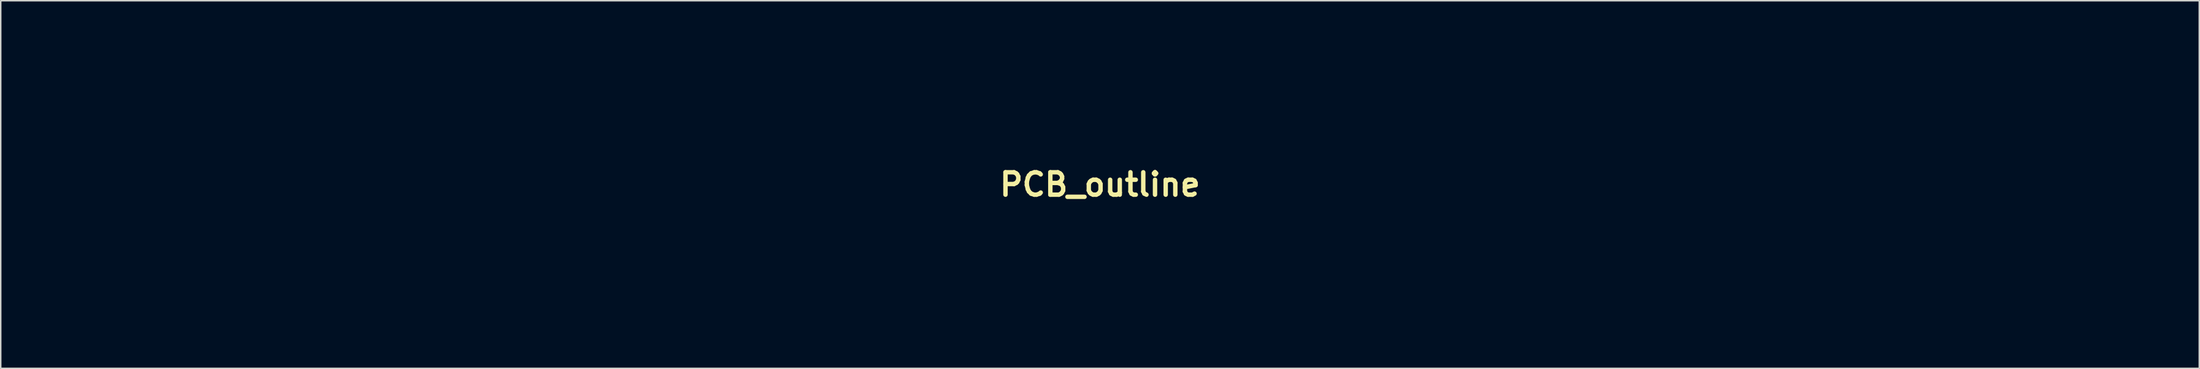
<source format=kicad_pcb>
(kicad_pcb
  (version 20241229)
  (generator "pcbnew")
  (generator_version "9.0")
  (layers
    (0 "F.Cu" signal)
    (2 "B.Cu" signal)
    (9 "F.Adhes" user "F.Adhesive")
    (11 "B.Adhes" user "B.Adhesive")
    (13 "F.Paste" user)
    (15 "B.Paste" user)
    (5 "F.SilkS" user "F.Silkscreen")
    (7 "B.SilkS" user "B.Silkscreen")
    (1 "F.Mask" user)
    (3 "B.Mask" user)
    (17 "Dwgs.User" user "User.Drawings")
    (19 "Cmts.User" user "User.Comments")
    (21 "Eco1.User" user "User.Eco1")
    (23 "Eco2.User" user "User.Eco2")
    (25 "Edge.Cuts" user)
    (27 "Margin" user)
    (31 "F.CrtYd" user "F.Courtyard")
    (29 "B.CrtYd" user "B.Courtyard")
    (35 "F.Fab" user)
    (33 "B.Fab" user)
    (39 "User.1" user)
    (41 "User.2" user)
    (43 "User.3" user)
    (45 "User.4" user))
  (footprint "PCB_outline"
    (layer "F.Cu")
    (at 71.69 9.496)
    (property "Reference" "PCB_outline" (at 0 0 0) (layer "F.SilkS") (effects (font (size 1.524 1.524) (thickness 0.3))))
    (attr through_hole)
    (fp_poly (pts (xy -38.423 -9.491) (xy -36.808 -9.491) (xy -35.145 -9.491) (xy -33.433 -9.491) (xy -31.671 -9.491) (xy -29.859 -9.491) (xy -27.997 -9.491) (xy -26.083 -9.491) (xy -24.118 -9.49) (xy -22.1 -9.49) (xy -20.03 -9.49) (xy -17.906 -9.49) (xy -15.728 -9.489) (xy -13.495 -9.489) (xy -11.208 -9.489) (xy -8.865 -9.488) (xy -6.465 -9.488) (xy -4.009 -9.488) (xy -1.495 -9.487) (xy 0.073 -9.487) (xy 2.094 -9.487) (xy 4.102 -9.486) (xy 6.096 -9.486) (xy 8.074 -9.485) (xy 10.037 -9.485) (xy 11.982 -9.485) (xy 13.91 -9.484) (xy 15.82 -9.484) (xy 17.71 -9.483) (xy 19.58 -9.483) (xy 21.43 -9.482) (xy 23.258 -9.482) (xy 25.063 -9.481) (xy 26.845 -9.481) (xy 28.603 -9.48) (xy 30.337 -9.48) (xy 32.045 -9.479) (xy 33.726 -9.478) (xy 35.38 -9.478) (xy 37.007 -9.477) (xy 38.604 -9.477) (xy 40.172 -9.476) (xy 41.71 -9.475) (xy 43.216 -9.475) (xy 44.69 -9.474) (xy 46.132 -9.474) (xy 47.54 -9.473) (xy 48.913 -9.472) (xy 50.252 -9.472) (xy 51.554 -9.471) (xy 52.82 -9.47) (xy 54.048 -9.47) (xy 55.238 -9.469) (xy 56.389 -9.468) (xy 57.5 -9.468) (xy 58.569 -9.467) (xy 59.598 -9.466) (xy 60.584 -9.466) (xy 61.527 -9.465) (xy 62.426 -9.464) (xy 63.28 -9.464) (xy 64.089 -9.463) (xy 64.851 -9.462) (xy 65.566 -9.462) (xy 66.234 -9.461) (xy 66.852 -9.46) (xy 67.421 -9.459) (xy 67.94 -9.459) (xy 68.407 -9.458) (xy 68.823 -9.457) (xy 69.186 -9.457) (xy 69.496 -9.456) (xy 69.751 -9.455) (xy 69.951 -9.455) (xy 70.095 -9.454) (xy 70.182 -9.454) (xy 70.212 -9.453) (xy 70.321 -9.428) (xy 70.424 -9.391) (xy 70.453 -9.376) (xy 70.528 -9.34) (xy 70.588 -9.322) (xy 70.595 -9.321) (xy 70.636 -9.306) (xy 70.713 -9.264) (xy 70.813 -9.202) (xy 70.895 -9.148) (xy 71.077 -9.012) (xy 71.229 -8.863) (xy 71.361 -8.69) (xy 71.481 -8.481) (xy 71.596 -8.229) (xy 71.61 -8.194) (xy 71.622 -8.156) (xy 71.633 -8.113) (xy 71.643 -8.061) (xy 71.651 -7.995) (xy 71.658 -7.914) (xy 71.664 -7.814) (xy 71.669 -7.691) (xy 71.673 -7.541) (xy 71.677 -7.362) (xy 71.679 -7.151) (xy 71.681 -6.903) (xy 71.683 -6.615) (xy 71.684 -6.285) (xy 71.685 -5.908) (xy 71.685 -5.481) (xy 71.685 -5.002) (xy 71.685 -4.724) (xy 71.685 -1.517) (xy 70.862 -1.505) (xy 70.587 -1.501) (xy 70.363 -1.496) (xy 70.182 -1.489) (xy 70.038 -1.478) (xy 69.923 -1.464) (xy 69.83 -1.443) (xy 69.752 -1.416) (xy 69.681 -1.38) (xy 69.61 -1.336) (xy 69.539 -1.285) (xy 69.46 -1.215) (xy 69.376 -1.121) (xy 69.295 -1.016) (xy 69.23 -0.914) (xy 69.189 -0.829) (xy 69.18 -0.79) (xy 69.167 -0.733) (xy 69.151 -0.714) (xy 69.139 -0.678) (xy 69.129 -0.596) (xy 69.123 -0.479) (xy 69.122 -0.38) (xy 69.126 -0.212) (xy 69.142 -0.08) (xy 69.176 0.037) (xy 69.233 0.158) (xy 69.321 0.301) (xy 69.34 0.33) (xy 69.414 0.415) (xy 69.524 0.503) (xy 69.651 0.585) (xy 69.78 0.651) (xy 69.894 0.691) (xy 69.951 0.699) (xy 70.023 0.707) (xy 70.067 0.726) (xy 70.068 0.728) (xy 70.103 0.737) (xy 70.193 0.745) (xy 70.333 0.751) (xy 70.522 0.755) (xy 70.755 0.757) (xy 70.886 0.757) (xy 71.685 0.757) (xy 71.685 1.396) (xy 71.684 1.616) (xy 71.68 1.797) (xy 71.674 1.933) (xy 71.666 2.02) (xy 71.656 2.054) (xy 71.635 2.093) (xy 71.627 2.156) (xy 71.618 2.222) (xy 71.598 2.257) (xy 71.573 2.299) (xy 71.569 2.331) (xy 71.549 2.406) (xy 71.493 2.521) (xy 71.4 2.671) (xy 71.356 2.738) (xy 71.293 2.82) (xy 71.211 2.914) (xy 71.12 3.009) (xy 71.031 3.095) (xy 70.954 3.162) (xy 70.899 3.2) (xy 70.884 3.204) (xy 70.836 3.225) (xy 70.812 3.246) (xy 70.782 3.27) (xy 70.711 3.322) (xy 70.605 3.396) (xy 70.473 3.488) (xy 70.321 3.592) (xy 70.157 3.705) (xy 69.987 3.82) (xy 69.819 3.934) (xy 69.661 4.04) (xy 69.518 4.135) (xy 69.4 4.214) (xy 69.312 4.271) (xy 69.265 4.299) (xy 69.197 4.345) (xy 69.156 4.379) (xy 69.104 4.417) (xy 69.073 4.428) (xy 69.033 4.447) (xy 68.991 4.486) (xy 68.939 4.529) (xy 68.903 4.544) (xy 68.859 4.564) (xy 68.816 4.602) (xy 68.765 4.646) (xy 68.729 4.661) (xy 68.685 4.68) (xy 68.641 4.719) (xy 68.59 4.762) (xy 68.554 4.777) (xy 68.51 4.797) (xy 68.466 4.835) (xy 68.415 4.879) (xy 68.379 4.894) (xy 68.335 4.913) (xy 68.292 4.952) (xy 68.24 4.996) (xy 68.204 5.01) (xy 68.16 5.03) (xy 68.117 5.068) (xy 68.066 5.112) (xy 68.029 5.127) (xy 67.986 5.146) (xy 67.942 5.185) (xy 67.891 5.229) (xy 67.855 5.243) (xy 67.811 5.263) (xy 67.767 5.301) (xy 67.716 5.345) (xy 67.68 5.36) (xy 67.636 5.379) (xy 67.593 5.418) (xy 67.541 5.462) (xy 67.505 5.476) (xy 67.461 5.496) (xy 67.418 5.534) (xy 67.366 5.578) (xy 67.33 5.593) (xy 67.286 5.612) (xy 67.243 5.651) (xy 67.192 5.695) (xy 67.156 5.709) (xy 67.112 5.729) (xy 67.068 5.767) (xy 67.017 5.811) (xy 66.981 5.826) (xy 66.937 5.846) (xy 66.893 5.884) (xy 66.842 5.928) (xy 66.806 5.942) (xy 66.762 5.962) (xy 66.719 6) (xy 66.667 6.044) (xy 66.631 6.059) (xy 66.587 6.079) (xy 66.544 6.117) (xy 66.493 6.161) (xy 66.457 6.175) (xy 66.413 6.195) (xy 66.369 6.233) (xy 66.318 6.277) (xy 66.282 6.292) (xy 66.238 6.312) (xy 66.194 6.35) (xy 66.143 6.394) (xy 66.107 6.408) (xy 66.063 6.428) (xy 66.02 6.467) (xy 65.968 6.51) (xy 65.932 6.525) (xy 65.888 6.545) (xy 65.845 6.583) (xy 65.793 6.627) (xy 65.757 6.641) (xy 65.71 6.662) (xy 65.684 6.686) (xy 65.653 6.711) (xy 65.581 6.763) (xy 65.476 6.837) (xy 65.346 6.927) (xy 65.198 7.029) (xy 65.04 7.137) (xy 64.879 7.246) (xy 64.724 7.351) (xy 64.582 7.446) (xy 64.461 7.526) (xy 64.368 7.586) (xy 64.313 7.62) (xy 64.246 7.666) (xy 64.204 7.7) (xy 64.152 7.737) (xy 64.121 7.748) (xy 64.081 7.768) (xy 64.039 7.806) (xy 63.988 7.85) (xy 63.951 7.865) (xy 63.908 7.884) (xy 63.864 7.923) (xy 63.813 7.967) (xy 63.777 7.981) (xy 63.733 8.001) (xy 63.689 8.039) (xy 63.638 8.083) (xy 63.602 8.098) (xy 63.558 8.118) (xy 63.515 8.156) (xy 63.463 8.2) (xy 63.427 8.214) (xy 63.383 8.234) (xy 63.34 8.272) (xy 63.288 8.316) (xy 63.252 8.331) (xy 63.208 8.351) (xy 63.165 8.389) (xy 63.114 8.433) (xy 63.078 8.447) (xy 63.034 8.467) (xy 62.99 8.506) (xy 62.939 8.549) (xy 62.903 8.564) (xy 62.859 8.584) (xy 62.815 8.622) (xy 62.764 8.666) (xy 62.728 8.68) (xy 62.684 8.7) (xy 62.641 8.739) (xy 62.589 8.782) (xy 62.553 8.797) (xy 62.509 8.817) (xy 62.466 8.855) (xy 62.415 8.899) (xy 62.379 8.913) (xy 62.335 8.933) (xy 62.291 8.972) (xy 62.24 9.015) (xy 62.204 9.03) (xy 62.16 9.05) (xy 62.116 9.088) (xy 62.065 9.132) (xy 62.028 9.146) (xy 61.981 9.167) (xy 61.957 9.189) (xy 61.903 9.234) (xy 61.824 9.28) (xy 61.747 9.313) (xy 61.709 9.321) (xy 61.66 9.333) (xy 61.59 9.363) (xy 61.583 9.366) (xy 61.5 9.399) (xy 61.392 9.432) (xy 61.338 9.445) (xy 61.304 9.446) (xy 61.212 9.447) (xy 61.065 9.448) (xy 60.862 9.45) (xy 60.605 9.451) (xy 60.296 9.452) (xy 59.934 9.453) (xy 59.522 9.454) (xy 59.059 9.455) (xy 58.548 9.456) (xy 57.989 9.457) (xy 57.383 9.458) (xy 56.732 9.459) (xy 56.035 9.46) (xy 55.296 9.461) (xy 54.513 9.462) (xy 53.689 9.463) (xy 52.825 9.464) (xy 51.92 9.465) (xy 50.978 9.466) (xy 49.998 9.467) (xy 48.982 9.468) (xy 47.93 9.469) (xy 46.844 9.47) (xy 45.725 9.471) (xy 44.573 9.472) (xy 43.391 9.472) (xy 42.178 9.473) (xy 40.936 9.474) (xy 39.666 9.475) (xy 38.369 9.476) (xy 37.046 9.476) (xy 35.698 9.477) (xy 34.326 9.478) (xy 32.931 9.479) (xy 31.515 9.479) (xy 30.077 9.48) (xy 28.62 9.481) (xy 27.144 9.481) (xy 25.65 9.482) (xy 24.14 9.482) (xy 22.614 9.483) (xy 21.073 9.484) (xy 19.519 9.484) (xy 17.952 9.485) (xy 16.374 9.485) (xy 14.786 9.486) (xy 13.188 9.486) (xy 11.581 9.486) (xy 9.968 9.487) (xy 8.348 9.487) (xy 6.722 9.488) (xy 5.093 9.488) (xy 3.46 9.488) (xy 1.826 9.489) (xy 0.19 9.489) (xy -1.446 9.489) (xy -3.081 9.49) (xy -4.714 9.49) (xy -6.344 9.49) (xy -7.97 9.49) (xy -9.59 9.49) (xy -11.205 9.491) (xy -12.812 9.491) (xy -14.411 9.491) (xy -16.001 9.491) (xy -17.58 9.491) (xy -19.148 9.491) (xy -20.704 9.491) (xy -22.246 9.491) (xy -23.774 9.491) (xy -25.286 9.491) (xy -26.782 9.491) (xy -28.26 9.491) (xy -29.72 9.491) (xy -31.16 9.49) (xy -32.579 9.49) (xy -33.977 9.49) (xy -35.351 9.49) (xy -36.702 9.49) (xy -38.028 9.489) (xy -39.329 9.489) (xy -40.602 9.489) (xy -41.847 9.488) (xy -43.064 9.488) (xy -44.25 9.488) (xy -45.405 9.487) (xy -46.528 9.487) (xy -47.618 9.486) (xy -48.674 9.486) (xy -49.695 9.485) (xy -50.679 9.484) (xy -51.626 9.484) (xy -52.535 9.483) (xy -53.404 9.483) (xy -54.233 9.482) (xy -55.02 9.481) (xy -55.765 9.48) (xy -56.467 9.48) (xy -57.124 9.479) (xy -57.735 9.478) (xy -58.3 9.477) (xy -58.817 9.476) (xy -59.285 9.475) (xy -59.704 9.474) (xy -60.072 9.474) (xy -60.388 9.472) (xy -60.651 9.471) (xy -60.86 9.47) (xy -61.014 9.469) (xy -61.113 9.468) (xy -61.154 9.467) (xy -61.155 9.467) (xy -61.193 9.448) (xy -61.266 9.438) (xy -61.286 9.438) (xy -61.363 9.431) (xy -61.412 9.414) (xy -61.417 9.408) (xy -61.458 9.386) (xy -61.505 9.379) (xy -61.566 9.368) (xy -61.592 9.35) (xy -61.633 9.326) (xy -61.674 9.319) (xy -61.688 9.315) (xy -61.713 9.303) (xy -61.752 9.282) (xy -61.806 9.25) (xy -61.877 9.206) (xy -61.965 9.15) (xy -62.074 9.08) (xy -62.203 8.995) (xy -62.356 8.895) (xy -62.534 8.777) (xy -62.738 8.642) (xy -62.97 8.487) (xy -63.232 8.312) (xy -63.525 8.115) (xy -63.852 7.896) (xy -64.212 7.654) (xy -64.609 7.387) (xy -65.044 7.094) (xy -65.518 6.774) (xy -66.033 6.427) (xy -66.591 6.05) (xy -67.194 5.644) (xy -67.843 5.206) (xy -68.073 5.05) (xy -68.351 4.862) (xy -68.643 4.666) (xy -68.94 4.466) (xy -69.233 4.269) (xy -69.251 4.256) (xy -61.723 4.256) (xy -61.712 4.428) (xy -61.672 4.559) (xy -61.596 4.665) (xy -61.474 4.762) (xy -61.417 4.797) (xy -61.342 4.821) (xy -61.235 4.832) (xy -61.121 4.829) (xy -61.026 4.812) (xy -61.015 4.808) (xy -60.946 4.768) (xy -60.869 4.702) (xy -60.798 4.626) (xy -60.748 4.556) (xy -60.733 4.512) (xy -60.718 4.458) (xy -60.704 4.442) (xy -60.679 4.395) (xy -60.679 4.346) (xy -57.703 4.346) (xy -57.698 4.458) (xy -57.685 4.554) (xy -57.667 4.61) (xy -57.605 4.702) (xy -57.534 4.779) (xy -57.468 4.827) (xy -57.438 4.835) (xy -57.384 4.85) (xy -57.368 4.864) (xy -57.326 4.885) (xy -57.247 4.893) (xy -57.149 4.888) (xy -57.053 4.873) (xy -56.98 4.848) (xy -56.904 4.796) (xy -56.824 4.722) (xy -56.801 4.696) (xy -56.752 4.63) (xy -56.726 4.567) (xy -56.715 4.487) (xy -56.713 4.396) (xy -56.715 4.37) (xy -53.742 4.37) (xy -53.722 4.481) (xy -53.663 4.602) (xy -53.57 4.721) (xy -53.536 4.755) (xy -53.455 4.828) (xy -53.394 4.87) (xy -53.333 4.889) (xy -53.25 4.893) (xy -53.214 4.894) (xy -53.094 4.887) (xy -53.005 4.862) (xy -52.936 4.823) (xy -52.856 4.752) (xy -52.78 4.659) (xy -52.76 4.626) (xy -52.715 4.534) (xy -52.698 4.447) (xy -52.7 4.335) (xy -52.705 4.296) (xy 48.711 4.296) (xy 48.721 4.46) (xy 48.745 4.54) (xy 48.795 4.615) (xy 48.883 4.703) (xy 48.885 4.705) (xy 48.967 4.776) (xy 49.03 4.815) (xy 49.095 4.832) (xy 49.185 4.835) (xy 49.197 4.835) (xy 49.306 4.828) (xy 49.406 4.808) (xy 49.45 4.792) (xy 49.583 4.698) (xy 49.672 4.57) (xy 49.716 4.405) (xy 49.721 4.327) (xy 52.696 4.327) (xy 52.708 4.479) (xy 52.766 4.626) (xy 52.807 4.686) (xy 52.911 4.797) (xy 53.02 4.86) (xy 53.153 4.888) (xy 53.212 4.89) (xy 53.324 4.885) (xy 53.412 4.856) (xy 53.489 4.81) (xy 53.614 4.695) (xy 53.697 4.558) (xy 53.736 4.409) (xy 53.733 4.364) (xy 56.713 4.364) (xy 56.722 4.508) (xy 56.755 4.619) (xy 56.821 4.711) (xy 56.928 4.798) (xy 57.019 4.855) (xy 57.103 4.882) (xy 57.217 4.889) (xy 57.336 4.878) (xy 57.435 4.849) (xy 57.454 4.839) (xy 57.526 4.785) (xy 57.603 4.708) (xy 57.626 4.682) (xy 57.671 4.62) (xy 57.698 4.561) (xy 57.71 4.486) (xy 57.714 4.383) (xy 60.721 4.383) (xy 60.722 4.495) (xy 60.729 4.569) (xy 60.751 4.622) (xy 60.792 4.674) (xy 60.834 4.718) (xy 60.906 4.783) (xy 60.97 4.826) (xy 60.999 4.835) (xy 61.052 4.85) (xy 61.068 4.864) (xy 61.11 4.885) (xy 61.189 4.893) (xy 61.287 4.888) (xy 61.384 4.872) (xy 61.457 4.848) (xy 61.528 4.796) (xy 61.604 4.717) (xy 61.636 4.675) (xy 61.686 4.592) (xy 61.713 4.516) (xy 61.722 4.419) (xy 61.723 4.361) (xy 61.721 4.255) (xy 61.707 4.183) (xy 61.673 4.122) (xy 61.61 4.045) (xy 61.604 4.038) (xy 61.533 3.967) (xy 61.468 3.918) (xy 61.431 3.903) (xy 61.375 3.888) (xy 61.357 3.871) (xy 61.316 3.852) (xy 61.238 3.849) (xy 61.141 3.86) (xy 61.044 3.882) (xy 60.983 3.906) (xy 60.912 3.954) (xy 60.835 4.027) (xy 60.811 4.056) (xy 60.765 4.118) (xy 60.738 4.177) (xy 60.726 4.252) (xy 60.722 4.363) (xy 60.721 4.383) (xy 57.714 4.383) (xy 57.715 4.375) (xy 57.715 4.356) (xy 57.714 4.241) (xy 57.705 4.166) (xy 57.685 4.114) (xy 57.648 4.067) (xy 57.637 4.055) (xy 57.515 3.954) (xy 57.38 3.884) (xy 57.244 3.848) (xy 57.121 3.852) (xy 57.07 3.871) (xy 57.005 3.902) (xy 56.94 3.933) (xy 56.834 4.013) (xy 56.758 4.135) (xy 56.718 4.286) (xy 56.713 4.364) (xy 53.733 4.364) (xy 53.727 4.26) (xy 53.687 4.156) (xy 53.615 4.05) (xy 53.536 3.966) (xy 53.462 3.914) (xy 53.422 3.903) (xy 53.367 3.89) (xy 53.349 3.874) (xy 53.311 3.856) (xy 53.237 3.846) (xy 53.203 3.845) (xy 53.121 3.851) (xy 53.067 3.866) (xy 53.057 3.874) (xy 53.015 3.901) (xy 52.998 3.903) (xy 52.947 3.926) (xy 52.88 3.984) (xy 52.81 4.064) (xy 52.751 4.151) (xy 52.732 4.186) (xy 52.696 4.327) (xy 49.721 4.327) (xy 49.722 4.299) (xy 49.72 4.195) (xy 49.708 4.126) (xy 49.675 4.069) (xy 49.613 4) (xy 49.591 3.978) (xy 49.5 3.897) (xy 49.424 3.852) (xy 49.393 3.845) (xy 49.327 3.832) (xy 49.295 3.814) (xy 49.253 3.799) (xy 49.173 3.805) (xy 49.096 3.821) (xy 48.937 3.883) (xy 48.818 3.986) (xy 48.742 4.125) (xy 48.711 4.296) (xy -52.705 4.296) (xy -52.714 4.226) (xy -52.746 4.142) (xy -52.808 4.053) (xy -52.821 4.037) (xy -52.889 3.965) (xy -52.951 3.916) (xy -52.985 3.903) (xy -53.04 3.889) (xy -53.057 3.874) (xy -53.102 3.851) (xy -53.186 3.847) (xy -53.294 3.861) (xy -53.369 3.879) (xy -53.449 3.919) (xy -53.535 3.984) (xy -53.612 4.06) (xy -53.667 4.135) (xy -53.684 4.186) (xy -53.698 4.24) (xy -53.719 4.281) (xy -53.742 4.37) (xy -56.715 4.37) (xy -56.727 4.227) (xy -56.768 4.091) (xy -56.833 4.001) (xy -56.837 3.997) (xy -56.996 3.898) (xy -57.16 3.853) (xy -57.321 3.859) (xy -57.471 3.917) (xy -57.601 4.027) (xy -57.604 4.03) (xy -57.657 4.098) (xy -57.687 4.157) (xy -57.7 4.229) (xy -57.703 4.335) (xy -57.703 4.346) (xy -60.679 4.346) (xy -60.678 4.308) (xy -60.7 4.192) (xy -60.709 4.159) (xy -60.748 4.08) (xy -60.813 3.994) (xy -60.89 3.917) (xy -60.964 3.862) (xy -61.015 3.845) (xy -61.07 3.83) (xy -61.111 3.809) (xy -61.199 3.786) (xy -61.305 3.805) (xy -61.419 3.858) (xy -61.529 3.935) (xy -61.624 4.031) (xy -61.692 4.135) (xy -61.723 4.24) (xy -61.723 4.256) (xy -69.251 4.256) (xy -69.512 4.081) (xy -69.769 3.908) (xy -69.994 3.757) (xy -70.145 3.656) (xy -70.421 3.469) (xy -70.653 3.308) (xy -70.845 3.169) (xy -71.002 3.045) (xy -71.13 2.934) (xy -71.233 2.831) (xy -71.318 2.731) (xy -71.388 2.629) (xy -71.449 2.522) (xy -71.46 2.502) (xy -71.511 2.396) (xy -71.524 2.365) (xy -35.447 2.365) (xy -35.442 2.463) (xy -35.433 2.542) (xy -35.425 2.569) (xy -35.383 2.639) (xy -35.314 2.717) (xy -35.235 2.788) (xy -35.161 2.839) (xy -35.114 2.855) (xy -35.053 2.866) (xy -35.027 2.884) (xy -35.006 2.904) (xy -34.969 2.909) (xy -34.902 2.899) (xy -34.795 2.872) (xy -34.664 2.819) (xy -34.558 2.727) (xy -34.555 2.723) (xy -34.499 2.651) (xy -34.465 2.593) (xy -34.459 2.573) (xy -34.444 2.518) (xy -34.423 2.477) (xy -34.404 2.426) (xy -34.407 2.359) (xy -31.43 2.359) (xy -31.424 2.472) (xy -31.41 2.572) (xy -31.392 2.63) (xy -31.329 2.717) (xy -31.243 2.792) (xy -31.155 2.843) (xy -31.099 2.855) (xy -31.036 2.866) (xy -31.005 2.887) (xy -30.961 2.906) (xy -30.876 2.895) (xy -30.759 2.856) (xy -30.694 2.828) (xy -30.583 2.754) (xy -30.501 2.662) (xy -30.465 2.598) (xy -30.446 2.537) (xy -30.441 2.457) (xy -30.444 2.392) (xy -27.465 2.392) (xy -27.443 2.508) (xy -27.434 2.54) (xy -27.384 2.64) (xy -27.305 2.734) (xy -27.211 2.809) (xy -27.118 2.851) (xy -27.086 2.855) (xy -27.021 2.864) (xy -26.988 2.884) (xy -26.946 2.908) (xy -26.915 2.913) (xy -26.86 2.899) (xy -26.842 2.884) (xy -26.802 2.861) (xy -26.755 2.855) (xy -26.686 2.828) (xy -26.594 2.749) (xy -26.553 2.706) (xy -26.478 2.616) (xy -26.437 2.547) (xy -26.421 2.48) (xy -26.419 2.442) (xy -26.423 2.397) (xy -20.943 2.397) (xy -20.941 2.5) (xy -20.928 2.569) (xy -20.895 2.627) (xy -20.832 2.698) (xy -20.813 2.718) (xy -20.71 2.811) (xy -20.63 2.852) (xy -20.611 2.855) (xy -20.549 2.865) (xy -20.521 2.884) (xy -20.495 2.906) (xy -20.448 2.91) (xy -20.369 2.892) (xy -20.286 2.866) (xy -20.181 2.818) (xy -20.082 2.746) (xy -20.003 2.666) (xy -19.958 2.589) (xy -19.953 2.558) (xy -19.938 2.489) (xy -19.918 2.449) (xy -19.9 2.396) (xy -19.906 2.325) (xy -19.91 2.311) (xy -16.941 2.311) (xy -16.932 2.474) (xy -16.876 2.642) (xy -16.811 2.739) (xy -16.719 2.814) (xy -16.62 2.852) (xy -16.593 2.855) (xy -16.53 2.865) (xy -16.501 2.884) (xy -16.477 2.906) (xy -16.434 2.91) (xy -16.359 2.894) (xy -16.301 2.877) (xy -16.201 2.83) (xy -16.093 2.751) (xy -16.054 2.715) (xy -15.927 2.588) (xy -15.938 2.356) (xy -12.961 2.356) (xy -12.944 2.478) (xy -12.895 2.601) (xy -12.82 2.714) (xy -12.727 2.801) (xy -12.626 2.849) (xy -12.58 2.855) (xy -12.515 2.864) (xy -12.482 2.884) (xy -12.44 2.908) (xy -12.409 2.913) (xy -12.354 2.899) (xy -12.336 2.884) (xy -12.296 2.861) (xy -12.249 2.855) (xy -12.18 2.828) (xy -12.088 2.749) (xy -12.047 2.706) (xy -11.973 2.617) (xy -11.932 2.55) (xy -11.916 2.484) (xy -11.914 2.436) (xy -11.917 2.396) (xy -8.942 2.396) (xy -8.94 2.499) (xy -8.927 2.568) (xy -8.894 2.627) (xy -8.832 2.697) (xy -8.812 2.718) (xy -8.709 2.811) (xy -8.629 2.852) (xy -8.61 2.855) (xy -8.548 2.865) (xy -8.52 2.884) (xy -8.499 2.904) (xy -8.462 2.909) (xy -8.395 2.899) (xy -8.289 2.872) (xy -8.157 2.819) (xy -8.051 2.727) (xy -8.048 2.723) (xy -7.993 2.651) (xy -7.958 2.593) (xy -7.952 2.573) (xy -7.937 2.518) (xy -7.917 2.477) (xy -7.896 2.394) (xy -7.909 2.311) (xy 7.935 2.311) (xy 7.943 2.474) (xy 7.999 2.642) (xy 8.065 2.739) (xy 8.157 2.814) (xy 8.256 2.852) (xy 8.283 2.855) (xy 8.345 2.865) (xy 8.374 2.884) (xy 8.408 2.909) (xy 8.47 2.907) (xy 8.567 2.88) (xy 8.732 2.799) (xy 8.851 2.685) (xy 8.921 2.538) (xy 8.942 2.374) (xy 8.936 2.325) (xy 11.916 2.325) (xy 11.923 2.469) (xy 11.975 2.609) (xy 12.074 2.734) (xy 12.104 2.76) (xy 12.199 2.822) (xy 12.304 2.869) (xy 12.405 2.899) (xy 12.488 2.906) (xy 12.537 2.887) (xy 12.54 2.884) (xy 12.58 2.86) (xy 12.622 2.855) (xy 12.683 2.833) (xy 12.758 2.781) (xy 12.831 2.711) (xy 12.885 2.642) (xy 12.904 2.591) (xy 12.918 2.536) (xy 12.933 2.52) (xy 12.958 2.474) (xy 12.962 2.401) (xy 15.933 2.401) (xy 15.935 2.505) (xy 15.948 2.574) (xy 15.98 2.631) (xy 16.042 2.699) (xy 16.064 2.722) (xy 16.164 2.81) (xy 16.244 2.852) (xy 16.266 2.855) (xy 16.328 2.865) (xy 16.356 2.884) (xy 16.382 2.906) (xy 16.428 2.91) (xy 16.507 2.892) (xy 16.591 2.866) (xy 16.696 2.818) (xy 16.795 2.746) (xy 16.874 2.666) (xy 16.918 2.589) (xy 16.924 2.558) (xy 16.939 2.489) (xy 16.958 2.449) (xy 16.977 2.396) (xy 16.97 2.325) (xy 16.967 2.311) (xy 19.936 2.311) (xy 19.944 2.474) (xy 20 2.642) (xy 20.066 2.739) (xy 20.158 2.814) (xy 20.257 2.852) (xy 20.283 2.855) (xy 20.346 2.865) (xy 20.375 2.884) (xy 20.4 2.906) (xy 20.442 2.91) (xy 20.518 2.894) (xy 20.576 2.877) (xy 20.674 2.83) (xy 20.78 2.754) (xy 20.82 2.718) (xy 20.887 2.647) (xy 20.924 2.591) (xy 20.94 2.526) (xy 20.943 2.43) (xy 20.943 2.408) (xy 20.935 2.305) (xy 26.427 2.305) (xy 26.429 2.445) (xy 26.468 2.58) (xy 26.547 2.703) (xy 26.665 2.804) (xy 26.784 2.861) (xy 26.88 2.876) (xy 27.002 2.87) (xy 27.126 2.847) (xy 27.229 2.811) (xy 27.264 2.789) (xy 27.356 2.687) (xy 27.422 2.558) (xy 27.457 2.419) (xy 27.458 2.379) (xy 30.439 2.379) (xy 30.441 2.489) (xy 30.45 2.561) (xy 30.475 2.615) (xy 30.523 2.673) (xy 30.57 2.722) (xy 30.67 2.81) (xy 30.75 2.852) (xy 30.772 2.855) (xy 30.835 2.866) (xy 30.863 2.887) (xy 30.908 2.906) (xy 30.994 2.895) (xy 31.114 2.855) (xy 31.18 2.826) (xy 31.3 2.756) (xy 31.38 2.668) (xy 31.424 2.551) (xy 31.441 2.392) (xy 31.441 2.374) (xy 34.449 2.374) (xy 34.466 2.526) (xy 34.518 2.661) (xy 34.597 2.767) (xy 34.696 2.835) (xy 34.789 2.855) (xy 34.852 2.865) (xy 34.881 2.884) (xy 34.915 2.909) (xy 34.977 2.907) (xy 35.074 2.88) (xy 35.239 2.799) (xy 35.358 2.685) (xy 35.428 2.538) (xy 35.449 2.374) (xy 35.429 2.207) (xy 35.363 2.069) (xy 35.251 1.95) (xy 35.191 1.903) (xy 35.138 1.877) (xy 35.073 1.867) (xy 34.976 1.868) (xy 34.934 1.87) (xy 34.819 1.878) (xy 34.742 1.893) (xy 34.686 1.921) (xy 34.633 1.967) (xy 34.523 2.096) (xy 34.465 2.236) (xy 34.449 2.374) (xy 31.441 2.374) (xy 31.441 2.366) (xy 31.443 2.148) (xy 31.289 2.006) (xy 31.205 1.932) (xy 31.143 1.889) (xy 31.083 1.87) (xy 31.004 1.864) (xy 30.966 1.864) (xy 30.798 1.881) (xy 30.664 1.937) (xy 30.548 2.038) (xy 30.527 2.062) (xy 30.48 2.124) (xy 30.454 2.183) (xy 30.442 2.257) (xy 30.439 2.367) (xy 30.439 2.379) (xy 27.458 2.379) (xy 27.458 2.286) (xy 27.424 2.185) (xy 27.386 2.113) (xy 27.363 2.062) (xy 27.316 2.001) (xy 27.228 1.944) (xy 27.116 1.897) (xy 26.998 1.869) (xy 26.935 1.864) (xy 26.769 1.888) (xy 26.634 1.953) (xy 26.531 2.05) (xy 26.462 2.17) (xy 26.427 2.305) (xy 20.935 2.305) (xy 20.93 2.242) (xy 20.885 2.112) (xy 20.8 2.001) (xy 20.745 1.95) (xy 20.686 1.904) (xy 20.634 1.878) (xy 20.57 1.868) (xy 20.475 1.868) (xy 20.422 1.87) (xy 20.311 1.877) (xy 20.239 1.889) (xy 20.185 1.915) (xy 20.132 1.964) (xy 20.084 2.016) (xy 19.982 2.161) (xy 19.936 2.311) (xy 16.967 2.311) (xy 16.955 2.268) (xy 16.879 2.099) (xy 16.768 1.973) (xy 16.626 1.893) (xy 16.458 1.864) (xy 16.449 1.864) (xy 16.268 1.887) (xy 16.124 1.955) (xy 16.019 2.065) (xy 15.955 2.216) (xy 15.933 2.401) (xy 12.962 2.401) (xy 12.962 2.391) (xy 12.949 2.29) (xy 12.919 2.186) (xy 12.894 2.129) (xy 12.792 1.996) (xy 12.654 1.908) (xy 12.485 1.867) (xy 12.422 1.864) (xy 12.26 1.889) (xy 12.124 1.957) (xy 12.02 2.059) (xy 11.949 2.185) (xy 11.916 2.325) (xy 8.936 2.325) (xy 8.922 2.207) (xy 8.856 2.069) (xy 8.744 1.95) (xy 8.685 1.904) (xy 8.633 1.878) (xy 8.569 1.868) (xy 8.474 1.868) (xy 8.421 1.87) (xy 8.31 1.877) (xy 8.238 1.889) (xy 8.184 1.915) (xy 8.131 1.964) (xy 8.083 2.016) (xy 7.982 2.161) (xy 7.935 2.311) (xy -7.909 2.311) (xy -7.913 2.288) (xy -7.959 2.171) (xy -8.028 2.058) (xy -8.113 1.964) (xy -8.193 1.909) (xy -8.304 1.876) (xy -8.441 1.866) (xy -8.577 1.879) (xy -8.676 1.91) (xy -8.747 1.962) (xy -8.823 2.041) (xy -8.855 2.083) (xy -8.906 2.166) (xy -8.932 2.243) (xy -8.942 2.341) (xy -8.942 2.396) (xy -11.917 2.396) (xy -11.924 2.307) (xy -11.952 2.181) (xy -11.991 2.078) (xy -12.019 2.036) (xy -12.069 1.995) (xy -12.148 1.945) (xy -12.19 1.923) (xy -12.338 1.874) (xy -12.493 1.871) (xy -12.64 1.908) (xy -12.766 1.983) (xy -12.858 2.091) (xy -12.871 2.115) (xy -12.908 2.192) (xy -12.936 2.25) (xy -12.961 2.356) (xy -15.938 2.356) (xy -15.938 2.354) (xy -15.949 2.119) (xy -16.093 1.989) (xy -16.237 1.858) (xy -16.453 1.869) (xy -16.565 1.876) (xy -16.638 1.889) (xy -16.691 1.915) (xy -16.744 1.964) (xy -16.792 2.016) (xy -16.894 2.161) (xy -16.941 2.311) (xy -19.91 2.311) (xy -19.922 2.268) (xy -19.998 2.099) (xy -20.109 1.973) (xy -20.251 1.893) (xy -20.419 1.864) (xy -20.428 1.864) (xy -20.608 1.887) (xy -20.753 1.955) (xy -20.858 2.066) (xy -20.922 2.216) (xy -20.943 2.397) (xy -26.423 2.397) (xy -26.429 2.316) (xy -26.455 2.192) (xy -26.492 2.089) (xy -26.532 2.029) (xy -26.685 1.925) (xy -26.848 1.872) (xy -27.01 1.869) (xy -27.163 1.917) (xy -27.297 2.017) (xy -27.298 2.018) (xy -27.36 2.092) (xy -27.401 2.157) (xy -27.41 2.186) (xy -27.424 2.241) (xy -27.439 2.257) (xy -27.463 2.304) (xy -27.465 2.392) (xy -30.444 2.392) (xy -30.446 2.341) (xy -30.446 2.334) (xy -30.455 2.221) (xy -30.468 2.147) (xy -30.495 2.093) (xy -30.544 2.039) (xy -30.601 1.986) (xy -30.743 1.858) (xy -30.959 1.869) (xy -31.175 1.88) (xy -31.302 2.021) (xy -31.37 2.099) (xy -31.408 2.158) (xy -31.425 2.223) (xy -31.429 2.316) (xy -31.43 2.359) (xy -34.407 2.359) (xy -34.408 2.357) (xy -34.425 2.281) (xy -34.496 2.106) (xy -34.6 1.978) (xy -34.738 1.897) (xy -34.908 1.865) (xy -34.94 1.864) (xy -35.103 1.883) (xy -35.233 1.945) (xy -35.343 2.056) (xy -35.362 2.083) (xy -35.419 2.179) (xy -35.443 2.271) (xy -35.447 2.365) (xy -71.524 2.365) (xy -71.549 2.307) (xy -71.568 2.249) (xy -71.569 2.24) (xy -71.58 2.187) (xy -71.589 2.174) (xy -71.623 2.111) (xy -71.649 1.996) (xy -71.668 1.828) (xy -71.679 1.606) (xy -71.684 1.327) (xy -71.684 1.318) (xy -71.685 0.757) (xy -70.857 0.757) (xy -70.597 0.756) (xy -70.381 0.753) (xy -70.211 0.748) (xy -70.091 0.742) (xy -70.024 0.734) (xy -70.01 0.728) (xy -69.971 0.707) (xy -69.909 0.699) (xy -69.785 0.674) (xy -69.649 0.604) (xy -69.512 0.5) (xy -69.381 0.372) (xy -69.357 0.342) (xy -61.723 0.342) (xy -61.701 0.523) (xy -61.632 0.672) (xy -61.528 0.784) (xy -61.462 0.833) (xy -61.401 0.86) (xy -61.323 0.872) (xy -61.221 0.874) (xy -61.1 0.869) (xy -61.014 0.853) (xy -60.939 0.818) (xy -60.911 0.8) (xy -60.836 0.741) (xy -60.781 0.68) (xy -60.77 0.662) (xy -60.707 0.51) (xy -60.677 0.394) (xy -60.678 0.302) (xy -60.7 0.24) (xy -60.731 0.177) (xy -60.744 0.151) (xy -57.703 0.151) (xy -57.703 0.593) (xy -57.554 0.737) (xy -57.405 0.881) (xy -57.184 0.867) (xy -57.071 0.858) (xy -56.997 0.845) (xy -56.942 0.819) (xy -56.889 0.77) (xy -56.838 0.715) (xy -56.774 0.641) (xy -56.736 0.584) (xy -56.719 0.523) (xy -56.713 0.436) (xy -56.713 0.364) (xy -56.714 0.293) (xy -53.736 0.293) (xy -53.733 0.375) (xy -53.71 0.48) (xy -53.669 0.594) (xy -53.663 0.608) (xy -53.574 0.739) (xy -53.449 0.826) (xy -53.287 0.867) (xy -53.203 0.871) (xy -53.054 0.857) (xy -52.944 0.82) (xy -52.941 0.818) (xy -52.869 0.762) (xy -52.796 0.682) (xy -52.774 0.653) (xy -52.71 0.512) (xy -52.698 0.401) (xy -49.724 0.401) (xy -49.704 0.538) (xy -49.689 0.6) (xy -49.664 0.677) (xy -49.625 0.739) (xy -49.56 0.799) (xy -49.458 0.869) (xy -49.416 0.896) (xy -49.333 0.922) (xy -49.217 0.926) (xy -49.091 0.911) (xy -48.975 0.878) (xy -48.899 0.837) (xy -48.826 0.768) (xy -48.77 0.692) (xy -48.765 0.681) (xy -48.728 0.604) (xy -48.699 0.547) (xy -48.676 0.457) (xy -48.686 0.341) (xy -48.686 0.341) (xy 52.693 0.341) (xy 52.718 0.526) (xy 52.792 0.68) (xy 52.879 0.774) (xy 52.945 0.827) (xy 53.001 0.857) (xy 53.069 0.869) (xy 53.169 0.872) (xy 53.201 0.872) (xy 53.361 0.86) (xy 53.473 0.83) (xy 53.494 0.819) (xy 53.593 0.732) (xy 53.675 0.609) (xy 53.727 0.469) (xy 53.74 0.376) (xy 53.727 0.287) (xy 56.717 0.287) (xy 56.718 0.425) (xy 56.727 0.531) (xy 56.743 0.601) (xy 56.777 0.657) (xy 56.839 0.719) (xy 56.871 0.748) (xy 56.946 0.813) (xy 57.004 0.851) (xy 57.066 0.869) (xy 57.154 0.874) (xy 57.218 0.874) (xy 57.328 0.872) (xy 57.401 0.863) (xy 57.458 0.837) (xy 57.52 0.786) (xy 57.568 0.743) (xy 57.669 0.648) (xy 60.719 0.648) (xy 60.874 0.79) (xy 60.957 0.864) (xy 61.019 0.907) (xy 61.08 0.926) (xy 61.158 0.932) (xy 61.196 0.932) (xy 61.311 0.924) (xy 61.415 0.902) (xy 61.456 0.887) (xy 61.532 0.835) (xy 61.612 0.76) (xy 61.635 0.734) (xy 61.682 0.672) (xy 61.708 0.614) (xy 61.72 0.539) (xy 61.723 0.429) (xy 61.723 0.417) (xy 61.722 0.308) (xy 61.713 0.236) (xy 61.688 0.181) (xy 61.64 0.123) (xy 61.592 0.075) (xy 61.515 0.005) (xy 61.445 -0.043) (xy 61.403 -0.058) (xy 61.329 -0.074) (xy 61.288 -0.093) (xy 61.223 -0.104) (xy 61.128 -0.086) (xy 61.019 -0.045) (xy 60.914 0.012) (xy 60.827 0.078) (xy 60.797 0.111) (xy 60.758 0.17) (xy 60.735 0.234) (xy 60.724 0.319) (xy 60.721 0.428) (xy 60.719 0.648) (xy 57.669 0.648) (xy 57.709 0.611) (xy 57.711 0.373) (xy 57.708 0.232) (xy 57.696 0.149) (xy 57.679 0.123) (xy 57.647 0.088) (xy 57.645 0.074) (xy 57.62 0.029) (xy 57.554 -0.022) (xy 57.465 -0.072) (xy 57.367 -0.109) (xy 57.3 -0.124) (xy 57.133 -0.131) (xy 57 -0.098) (xy 56.889 -0.024) (xy 56.882 -0.018) (xy 56.791 0.08) (xy 56.738 0.175) (xy 56.717 0.287) (xy 53.727 0.287) (xy 53.717 0.211) (xy 53.646 0.072) (xy 53.535 -0.036) (xy 53.39 -0.107) (xy 53.219 -0.137) (xy 53.069 -0.127) (xy 52.981 -0.096) (xy 52.89 -0.037) (xy 52.812 0.037) (xy 52.762 0.11) (xy 52.752 0.15) (xy 52.737 0.203) (xy 52.722 0.218) (xy 52.703 0.257) (xy 52.694 0.328) (xy 52.693 0.341) (xy -48.686 0.341) (xy -48.708 0.256) (xy -48.754 0.163) (xy -48.829 0.072) (xy -48.916 -0.004) (xy -49.002 -0.051) (xy -49.043 -0.058) (xy -49.125 -0.074) (xy -49.169 -0.094) (xy -49.229 -0.116) (xy -49.285 -0.094) (xy -49.356 -0.065) (xy -49.399 -0.058) (xy -49.446 -0.038) (xy -49.514 0.016) (xy -49.588 0.091) (xy -49.67 0.194) (xy -49.714 0.292) (xy -49.724 0.401) (xy -52.698 0.401) (xy -52.693 0.358) (xy -52.722 0.204) (xy -52.792 0.065) (xy -52.901 -0.047) (xy -52.961 -0.084) (xy -53.067 -0.116) (xy -53.202 -0.126) (xy -53.339 -0.113) (xy -53.455 -0.08) (xy -53.458 -0.078) (xy -53.548 -0.019) (xy -53.625 0.059) (xy -53.674 0.14) (xy -53.684 0.185) (xy -53.702 0.237) (xy -53.716 0.25) (xy -53.736 0.293) (xy -56.714 0.293) (xy -56.714 0.253) (xy -56.723 0.18) (xy -56.747 0.126) (xy -56.794 0.069) (xy -56.839 0.022) (xy -56.921 -0.055) (xy -56.991 -0.098) (xy -57.073 -0.119) (xy -57.107 -0.124) (xy -57.263 -0.132) (xy -57.382 -0.113) (xy -57.484 -0.062) (xy -57.578 0.022) (xy -57.703 0.151) (xy -60.744 0.151) (xy -60.766 0.105) (xy -60.816 0.032) (xy -60.888 -0.041) (xy -60.9 -0.051) (xy -60.966 -0.093) (xy -61.039 -0.116) (xy -61.14 -0.126) (xy -61.195 -0.128) (xy -61.339 -0.123) (xy -61.444 -0.097) (xy -61.529 -0.042) (xy -61.613 0.05) (xy -61.628 0.07) (xy -61.689 0.162) (xy -61.717 0.247) (xy -61.723 0.342) (xy -69.357 0.342) (xy -69.268 0.23) (xy -69.181 0.084) (xy -69.131 -0.056) (xy -69.122 -0.133) (xy -69.114 -0.205) (xy -69.094 -0.246) (xy -69.093 -0.248) (xy -69.074 -0.286) (xy -69.064 -0.358) (xy -69.064 -0.379) (xy -69.07 -0.456) (xy -69.087 -0.505) (xy -69.093 -0.51) (xy -69.114 -0.549) (xy -69.122 -0.609) (xy -69.146 -0.753) (xy -69.214 -0.909) (xy -69.315 -1.063) (xy -69.44 -1.204) (xy -69.58 -1.318) (xy -69.667 -1.367) (xy -69.743 -1.402) (xy -69.812 -1.431) (xy -69.882 -1.453) (xy -69.96 -1.47) (xy -70.056 -1.482) (xy -70.175 -1.492) (xy -70.326 -1.499) (xy -70.518 -1.505) (xy -70.757 -1.51) (xy -70.855 -1.512) (xy -71.671 -1.529) (xy -71.671 -1.897) (xy 11.378 -1.897) (xy 11.38 -1.74) (xy 11.391 -1.626) (xy 11.413 -1.542) (xy 11.426 -1.51) (xy 11.478 -1.429) (xy 11.557 -1.337) (xy 11.649 -1.248) (xy 11.741 -1.172) (xy 11.822 -1.121) (xy 11.87 -1.107) (xy 11.932 -1.095) (xy 11.959 -1.075) (xy 12.001 -1.056) (xy 12.084 -1.049) (xy 12.192 -1.055) (xy 12.311 -1.07) (xy 12.424 -1.093) (xy 12.517 -1.124) (xy 12.525 -1.128) (xy 12.646 -1.203) (xy 12.76 -1.307) (xy 12.858 -1.426) (xy 12.929 -1.547) (xy 12.961 -1.656) (xy 12.962 -1.675) (xy 12.973 -1.736) (xy 12.991 -1.762) (xy 13.01 -1.801) (xy 13.02 -1.873) (xy 13.02 -1.893) (xy 13.017 -1.927) (xy 14.13 -1.927) (xy 14.138 -1.821) (xy 14.158 -1.705) (xy 14.188 -1.597) (xy 14.21 -1.54) (xy 14.265 -1.448) (xy 14.345 -1.349) (xy 14.438 -1.254) (xy 14.533 -1.174) (xy 14.616 -1.122) (xy 14.667 -1.107) (xy 14.728 -1.096) (xy 14.754 -1.078) (xy 14.79 -1.063) (xy 14.867 -1.052) (xy 14.957 -1.049) (xy 15.056 -1.053) (xy 15.13 -1.064) (xy 15.161 -1.078) (xy 15.203 -1.103) (xy 15.231 -1.107) (xy 15.326 -1.132) (xy 15.435 -1.199) (xy 15.547 -1.301) (xy 15.652 -1.427) (xy 15.722 -1.536) (xy 15.741 -1.604) (xy 15.753 -1.711) (xy 15.758 -1.841) (xy 15.756 -1.888) (xy 16.925 -1.888) (xy 16.93 -1.774) (xy 16.942 -1.668) (xy 16.957 -1.599) (xy 17.009 -1.487) (xy 17.092 -1.372) (xy 17.195 -1.265) (xy 17.305 -1.178) (xy 17.41 -1.122) (xy 17.48 -1.107) (xy 17.534 -1.092) (xy 17.55 -1.078) (xy 17.593 -1.057) (xy 17.68 -1.05) (xy 17.797 -1.057) (xy 17.931 -1.079) (xy 17.948 -1.083) (xy 18.12 -1.148) (xy 18.275 -1.259) (xy 18.405 -1.403) (xy 18.499 -1.569) (xy 18.549 -1.746) (xy 18.555 -1.824) (xy 18.549 -1.93) (xy 18.548 -1.938) (xy 19.716 -1.938) (xy 19.721 -1.76) (xy 19.753 -1.594) (xy 19.788 -1.506) (xy 19.835 -1.419) (xy 19.878 -1.348) (xy 19.894 -1.326) (xy 19.953 -1.271) (xy 20.036 -1.21) (xy 20.126 -1.155) (xy 20.204 -1.117) (xy 20.244 -1.107) (xy 20.299 -1.093) (xy 20.317 -1.078) (xy 20.36 -1.057) (xy 20.443 -1.049) (xy 20.552 -1.054) (xy 20.67 -1.07) (xy 20.783 -1.096) (xy 20.79 -1.098) (xy 20.887 -1.136) (xy 20.972 -1.191) (xy 21.065 -1.275) (xy 21.117 -1.329) (xy 21.193 -1.412) (xy 21.245 -1.479) (xy 21.28 -1.546) (xy 21.304 -1.629) (xy 21.325 -1.743) (xy 21.34 -1.837) (xy 21.34 -1.862) (xy 22.462 -1.862) (xy 22.481 -1.746) (xy 22.518 -1.614) (xy 22.564 -1.496) (xy 22.61 -1.421) (xy 22.685 -1.334) (xy 22.775 -1.248) (xy 22.867 -1.173) (xy 22.948 -1.123) (xy 22.998 -1.107) (xy 23.059 -1.095) (xy 23.086 -1.075) (xy 23.128 -1.056) (xy 23.211 -1.049) (xy 23.319 -1.055) (xy 23.438 -1.07) (xy 23.551 -1.093) (xy 23.644 -1.124) (xy 23.652 -1.128) (xy 23.82 -1.238) (xy 23.965 -1.395) (xy 24.033 -1.5) (xy 24.075 -1.614) (xy 24.099 -1.763) (xy 24.103 -1.86) (xy 25.254 -1.86) (xy 25.258 -1.758) (xy 25.267 -1.682) (xy 25.28 -1.648) (xy 25.306 -1.61) (xy 25.326 -1.553) (xy 25.366 -1.465) (xy 25.44 -1.367) (xy 25.533 -1.269) (xy 25.634 -1.185) (xy 25.728 -1.127) (xy 25.799 -1.108) (xy 25.858 -1.095) (xy 25.881 -1.078) (xy 25.917 -1.063) (xy 25.994 -1.052) (xy 26.085 -1.049) (xy 26.183 -1.053) (xy 26.258 -1.064) (xy 26.288 -1.078) (xy 26.329 -1.102) (xy 26.364 -1.107) (xy 26.443 -1.129) (xy 26.538 -1.188) (xy 26.637 -1.272) (xy 26.727 -1.366) (xy 26.794 -1.46) (xy 26.826 -1.541) (xy 26.827 -1.555) (xy 26.844 -1.605) (xy 26.856 -1.617) (xy 26.872 -1.655) (xy 26.882 -1.735) (xy 26.885 -1.842) (xy 26.884 -1.891) (xy 28.054 -1.891) (xy 28.059 -1.743) (xy 28.078 -1.618) (xy 28.089 -1.582) (xy 28.159 -1.434) (xy 28.253 -1.314) (xy 28.381 -1.211) (xy 28.554 -1.118) (xy 28.633 -1.083) (xy 28.767 -1.054) (xy 28.935 -1.061) (xy 29.109 -1.1) (xy 29.243 -1.158) (xy 29.377 -1.246) (xy 29.492 -1.352) (xy 29.572 -1.46) (xy 29.585 -1.486) (xy 29.622 -1.57) (xy 29.652 -1.636) (xy 29.675 -1.729) (xy 29.679 -1.856) (xy 29.666 -2) (xy 29.639 -2.139) (xy 29.601 -2.247) (xy 29.546 -2.337) (xy 29.469 -2.432) (xy 29.382 -2.519) (xy 29.297 -2.585) (xy 29.229 -2.619) (xy 29.213 -2.622) (xy 29.159 -2.636) (xy 29.143 -2.651) (xy 29.107 -2.664) (xy 29.029 -2.674) (xy 28.921 -2.679) (xy 28.885 -2.68) (xy 28.749 -2.676) (xy 28.649 -2.663) (xy 28.562 -2.636) (xy 28.494 -2.605) (xy 28.347 -2.51) (xy 28.219 -2.385) (xy 28.124 -2.247) (xy 28.087 -2.16) (xy 28.064 -2.038) (xy 28.054 -1.891) (xy 26.884 -1.891) (xy 26.882 -1.959) (xy 26.873 -2.072) (xy 26.858 -2.164) (xy 26.853 -2.186) (xy 26.804 -2.281) (xy 26.719 -2.39) (xy 26.61 -2.497) (xy 26.491 -2.588) (xy 26.44 -2.619) (xy 26.316 -2.663) (xy 26.16 -2.683) (xy 25.991 -2.68) (xy 25.83 -2.654) (xy 25.709 -2.61) (xy 25.598 -2.549) (xy 25.517 -2.486) (xy 25.45 -2.406) (xy 25.381 -2.294) (xy 25.355 -2.246) (xy 25.299 -2.131) (xy 25.269 -2.038) (xy 25.256 -1.939) (xy 25.254 -1.86) (xy 24.103 -1.86) (xy 24.105 -1.925) (xy 24.092 -2.079) (xy 24.059 -2.204) (xy 24.053 -2.219) (xy 24.005 -2.296) (xy 23.933 -2.385) (xy 23.849 -2.474) (xy 23.765 -2.551) (xy 23.693 -2.604) (xy 23.648 -2.622) (xy 23.595 -2.636) (xy 23.579 -2.651) (xy 23.542 -2.666) (xy 23.462 -2.676) (xy 23.355 -2.679) (xy 23.238 -2.678) (xy 23.125 -2.671) (xy 23.033 -2.659) (xy 22.978 -2.643) (xy 22.844 -2.556) (xy 22.721 -2.449) (xy 22.619 -2.331) (xy 22.547 -2.216) (xy 22.517 -2.114) (xy 22.516 -2.102) (xy 22.508 -2.034) (xy 22.487 -1.995) (xy 22.464 -1.949) (xy 22.462 -1.862) (xy 21.34 -1.862) (xy 21.341 -1.915) (xy 21.327 -2.017) (xy 21.303 -2.124) (xy 21.273 -2.217) (xy 21.242 -2.278) (xy 21.231 -2.289) (xy 21.199 -2.328) (xy 21.177 -2.373) (xy 21.139 -2.426) (xy 21.068 -2.49) (xy 20.984 -2.553) (xy 20.903 -2.601) (xy 20.843 -2.622) (xy 20.842 -2.622) (xy 20.793 -2.64) (xy 20.783 -2.651) (xy 20.745 -2.666) (xy 20.665 -2.676) (xy 20.559 -2.679) (xy 20.442 -2.677) (xy 20.331 -2.668) (xy 20.241 -2.655) (xy 20.212 -2.647) (xy 20.112 -2.594) (xy 20 -2.503) (xy 19.892 -2.39) (xy 19.804 -2.269) (xy 19.791 -2.247) (xy 19.74 -2.107) (xy 19.716 -1.938) (xy 18.548 -1.938) (xy 18.535 -2.043) (xy 18.515 -2.147) (xy 18.492 -2.227) (xy 18.469 -2.269) (xy 18.462 -2.272) (xy 18.44 -2.295) (xy 18.438 -2.31) (xy 18.416 -2.356) (xy 18.359 -2.422) (xy 18.279 -2.497) (xy 18.189 -2.568) (xy 18.11 -2.619) (xy 17.985 -2.663) (xy 17.827 -2.683) (xy 17.657 -2.68) (xy 17.496 -2.653) (xy 17.376 -2.609) (xy 17.275 -2.549) (xy 17.178 -2.476) (xy 17.099 -2.403) (xy 17.05 -2.34) (xy 17.04 -2.31) (xy 17.022 -2.275) (xy 17.011 -2.272) (xy 16.989 -2.247) (xy 16.982 -2.201) (xy 16.971 -2.139) (xy 16.953 -2.112) (xy 16.936 -2.073) (xy 16.927 -1.993) (xy 16.925 -1.888) (xy 15.756 -1.888) (xy 15.754 -1.977) (xy 15.743 -2.099) (xy 15.725 -2.186) (xy 15.677 -2.281) (xy 15.592 -2.39) (xy 15.483 -2.497) (xy 15.364 -2.588) (xy 15.313 -2.619) (xy 15.193 -2.662) (xy 15.04 -2.682) (xy 14.874 -2.681) (xy 14.718 -2.659) (xy 14.592 -2.615) (xy 14.591 -2.614) (xy 14.463 -2.53) (xy 14.348 -2.424) (xy 14.257 -2.309) (xy 14.2 -2.198) (xy 14.186 -2.124) (xy 14.169 -2.068) (xy 14.153 -2.051) (xy 14.134 -2.009) (xy 14.13 -1.927) (xy 13.017 -1.927) (xy 13.014 -1.97) (xy 12.997 -2.019) (xy 12.991 -2.024) (xy 12.966 -2.066) (xy 12.962 -2.094) (xy 12.943 -2.174) (xy 12.891 -2.272) (xy 12.817 -2.378) (xy 12.732 -2.478) (xy 12.645 -2.56) (xy 12.569 -2.611) (xy 12.528 -2.622) (xy 12.472 -2.635) (xy 12.452 -2.651) (xy 12.414 -2.666) (xy 12.334 -2.676) (xy 12.228 -2.679) (xy 12.112 -2.676) (xy 12 -2.668) (xy 11.91 -2.654) (xy 11.881 -2.646) (xy 11.748 -2.577) (xy 11.612 -2.469) (xy 11.492 -2.336) (xy 11.469 -2.304) (xy 11.428 -2.24) (xy 11.401 -2.183) (xy 11.387 -2.115) (xy 11.38 -2.021) (xy 11.378 -1.897) (xy -71.671 -1.897) (xy -71.678 -4.624) (xy 9.94 -4.624) (xy 9.941 -4.55) (xy 9.956 -4.51) (xy 9.959 -4.506) (xy 9.988 -4.45) (xy 9.991 -4.426) (xy 10.011 -4.349) (xy 10.063 -4.251) (xy 10.137 -4.146) (xy 10.222 -4.047) (xy 10.308 -3.965) (xy 10.384 -3.914) (xy 10.425 -3.903) (xy 10.481 -3.89) (xy 10.501 -3.874) (xy 10.539 -3.859) (xy 10.619 -3.849) (xy 10.725 -3.846) (xy 10.841 -3.848) (xy 10.953 -3.856) (xy 11.043 -3.87) (xy 11.072 -3.878) (xy 11.173 -3.932) (xy 11.285 -4.023) (xy 11.394 -4.137) (xy 11.483 -4.261) (xy 11.496 -4.282) (xy 11.533 -4.356) (xy 11.556 -4.429) (xy 11.568 -4.519) (xy 11.572 -4.645) (xy 11.572 -4.675) (xy 11.572 -4.679) (xy 12.732 -4.679) (xy 12.742 -4.545) (xy 12.764 -4.414) (xy 12.797 -4.309) (xy 12.802 -4.297) (xy 12.879 -4.176) (xy 12.983 -4.06) (xy 13.096 -3.968) (xy 13.152 -3.936) (xy 13.227 -3.901) (xy 13.283 -3.872) (xy 13.332 -3.861) (xy 13.421 -3.851) (xy 13.532 -3.847) (xy 13.546 -3.847) (xy 13.679 -3.85) (xy 13.78 -3.866) (xy 13.873 -3.899) (xy 13.917 -3.92) (xy 14.073 -4.022) (xy 14.205 -4.156) (xy 14.299 -4.306) (xy 14.327 -4.38) (xy 14.356 -4.547) (xy 14.354 -4.657) (xy 15.525 -4.657) (xy 15.552 -4.432) (xy 15.631 -4.233) (xy 15.76 -4.062) (xy 15.938 -3.922) (xy 15.962 -3.908) (xy 16.071 -3.868) (xy 16.214 -3.847) (xy 16.372 -3.843) (xy 16.524 -3.858) (xy 16.648 -3.891) (xy 16.682 -3.907) (xy 16.811 -3.984) (xy 16.903 -4.057) (xy 16.974 -4.141) (xy 17.043 -4.255) (xy 17.053 -4.275) (xy 17.11 -4.389) (xy 17.141 -4.482) (xy 17.155 -4.578) (xy 17.157 -4.659) (xy 18.311 -4.659) (xy 18.317 -4.489) (xy 18.342 -4.358) (xy 18.392 -4.249) (xy 18.475 -4.144) (xy 18.531 -4.088) (xy 18.653 -3.979) (xy 18.759 -3.908) (xy 18.87 -3.868) (xy 19.004 -3.85) (xy 19.112 -3.847) (xy 19.25 -3.85) (xy 19.362 -3.862) (xy 19.431 -3.88) (xy 19.433 -3.881) (xy 19.571 -3.97) (xy 19.695 -4.079) (xy 19.797 -4.198) (xy 19.867 -4.314) (xy 19.895 -4.418) (xy 19.895 -4.424) (xy 19.904 -4.492) (xy 19.924 -4.529) (xy 19.942 -4.567) (xy 19.952 -4.641) (xy 19.952 -4.657) (xy 21.069 -4.657) (xy 21.069 -4.58) (xy 21.082 -4.506) (xy 21.107 -4.418) (xy 21.152 -4.302) (xy 21.213 -4.201) (xy 21.307 -4.093) (xy 21.326 -4.072) (xy 21.416 -3.988) (xy 21.493 -3.929) (xy 21.546 -3.903) (xy 21.55 -3.903) (xy 21.607 -3.89) (xy 21.628 -3.874) (xy 21.667 -3.857) (xy 21.747 -3.847) (xy 21.852 -3.845) (xy 21.965 -3.849) (xy 22.07 -3.859) (xy 22.149 -3.876) (xy 22.18 -3.89) (xy 22.243 -3.923) (xy 22.283 -3.932) (xy 22.332 -3.954) (xy 22.402 -4.012) (xy 22.481 -4.094) (xy 22.559 -4.188) (xy 22.623 -4.282) (xy 22.63 -4.294) (xy 22.662 -4.36) (xy 22.682 -4.432) (xy 22.692 -4.526) (xy 22.695 -4.66) (xy 22.695 -4.664) (xy 23.857 -4.664) (xy 23.859 -4.555) (xy 23.865 -4.461) (xy 23.877 -4.399) (xy 23.885 -4.384) (xy 23.91 -4.343) (xy 23.914 -4.309) (xy 23.927 -4.263) (xy 23.944 -4.253) (xy 23.97 -4.229) (xy 23.973 -4.213) (xy 23.995 -4.161) (xy 24.054 -4.094) (xy 24.133 -4.024) (xy 24.219 -3.965) (xy 24.264 -3.943) (xy 24.343 -3.907) (xy 24.404 -3.877) (xy 24.41 -3.873) (xy 24.459 -3.861) (xy 24.548 -3.852) (xy 24.659 -3.847) (xy 24.673 -3.847) (xy 24.806 -3.85) (xy 24.907 -3.866) (xy 25 -3.899) (xy 25.044 -3.92) (xy 25.144 -3.98) (xy 25.234 -4.05) (xy 25.27 -4.088) (xy 25.33 -4.161) (xy 25.38 -4.223) (xy 25.387 -4.231) (xy 25.422 -4.297) (xy 25.429 -4.339) (xy 25.443 -4.394) (xy 25.458 -4.413) (xy 25.475 -4.452) (xy 25.485 -4.533) (xy 25.486 -4.61) (xy 26.65 -4.61) (xy 26.666 -4.453) (xy 26.7 -4.322) (xy 26.709 -4.302) (xy 26.79 -4.173) (xy 26.909 -4.044) (xy 27.046 -3.934) (xy 27.089 -3.908) (xy 27.201 -3.867) (xy 27.348 -3.846) (xy 27.509 -3.844) (xy 27.664 -3.861) (xy 27.794 -3.898) (xy 27.82 -3.91) (xy 27.948 -3.995) (xy 28.063 -4.101) (xy 28.154 -4.216) (xy 28.211 -4.327) (xy 28.225 -4.401) (xy 28.24 -4.455) (xy 28.255 -4.471) (xy 28.281 -4.519) (xy 28.287 -4.607) (xy 28.283 -4.646) (xy 29.391 -4.646) (xy 29.397 -4.564) (xy 29.412 -4.51) (xy 29.42 -4.5) (xy 29.445 -4.459) (xy 29.449 -4.43) (xy 29.472 -4.335) (xy 29.536 -4.223) (xy 29.63 -4.108) (xy 29.743 -4.002) (xy 29.865 -3.917) (xy 29.872 -3.913) (xy 29.971 -3.878) (xy 30.103 -3.855) (xy 30.251 -3.844) (xy 30.394 -3.848) (xy 30.513 -3.865) (xy 30.568 -3.885) (xy 30.672 -3.955) (xy 30.785 -4.057) (xy 30.891 -4.174) (xy 30.954 -4.261) (xy 30.992 -4.328) (xy 31.015 -4.394) (xy 31.028 -4.476) (xy 31.033 -4.592) (xy 31.034 -4.645) (xy 31.031 -4.801) (xy 31.018 -4.913) (xy 30.993 -4.998) (xy 30.985 -5.014) (xy 30.934 -5.094) (xy 30.857 -5.184) (xy 30.767 -5.273) (xy 30.675 -5.349) (xy 30.595 -5.401) (xy 30.545 -5.418) (xy 30.478 -5.432) (xy 30.447 -5.45) (xy 30.395 -5.47) (xy 30.303 -5.475) (xy 30.188 -5.468) (xy 30.066 -5.45) (xy 29.953 -5.422) (xy 29.886 -5.397) (xy 29.768 -5.324) (xy 29.655 -5.223) (xy 29.557 -5.108) (xy 29.485 -4.992) (xy 29.45 -4.888) (xy 29.449 -4.865) (xy 29.435 -4.81) (xy 29.42 -4.792) (xy 29.402 -4.754) (xy 29.392 -4.68) (xy 29.391 -4.646) (xy 28.283 -4.646) (xy 28.275 -4.72) (xy 28.247 -4.846) (xy 28.206 -4.971) (xy 28.156 -5.081) (xy 28.114 -5.146) (xy 27.958 -5.3) (xy 27.779 -5.406) (xy 27.588 -5.463) (xy 27.391 -5.472) (xy 27.198 -5.435) (xy 27.017 -5.352) (xy 26.856 -5.224) (xy 26.725 -5.051) (xy 26.713 -5.031) (xy 26.674 -4.919) (xy 26.653 -4.772) (xy 26.65 -4.61) (xy 25.486 -4.61) (xy 25.486 -4.639) (xy 25.48 -4.754) (xy 25.468 -4.862) (xy 25.452 -4.934) (xy 25.385 -5.079) (xy 25.281 -5.218) (xy 25.155 -5.331) (xy 25.07 -5.381) (xy 24.985 -5.421) (xy 24.922 -5.45) (xy 24.84 -5.469) (xy 24.722 -5.474) (xy 24.587 -5.466) (xy 24.454 -5.447) (xy 24.344 -5.418) (xy 24.311 -5.404) (xy 24.203 -5.335) (xy 24.092 -5.237) (xy 23.998 -5.13) (xy 23.944 -5.045) (xy 23.908 -4.969) (xy 23.882 -4.916) (xy 23.868 -4.861) (xy 23.86 -4.772) (xy 23.857 -4.664) (xy 22.695 -4.664) (xy 22.695 -4.683) (xy 22.694 -4.816) (xy 22.687 -4.905) (xy 22.674 -4.963) (xy 22.65 -5.005) (xy 22.635 -5.022) (xy 22.592 -5.078) (xy 22.575 -5.119) (xy 22.553 -5.158) (xy 22.496 -5.216) (xy 22.42 -5.281) (xy 22.338 -5.342) (xy 22.265 -5.386) (xy 22.263 -5.387) (xy 22.186 -5.423) (xy 22.131 -5.45) (xy 22.028 -5.477) (xy 21.893 -5.476) (xy 21.743 -5.452) (xy 21.593 -5.409) (xy 21.462 -5.349) (xy 21.392 -5.3) (xy 21.282 -5.192) (xy 21.189 -5.072) (xy 21.125 -4.957) (xy 21.105 -4.894) (xy 21.081 -4.756) (xy 21.069 -4.657) (xy 19.952 -4.657) (xy 19.953 -4.675) (xy 19.947 -4.757) (xy 19.932 -4.812) (xy 19.924 -4.821) (xy 19.899 -4.862) (xy 19.895 -4.891) (xy 19.868 -4.993) (xy 19.792 -5.114) (xy 19.667 -5.248) (xy 19.644 -5.27) (xy 19.552 -5.346) (xy 19.472 -5.399) (xy 19.418 -5.418) (xy 19.351 -5.432) (xy 19.32 -5.45) (xy 19.268 -5.47) (xy 19.176 -5.475) (xy 19.061 -5.468) (xy 18.939 -5.45) (xy 18.826 -5.422) (xy 18.759 -5.397) (xy 18.593 -5.287) (xy 18.446 -5.127) (xy 18.38 -5.025) (xy 18.344 -4.953) (xy 18.323 -4.878) (xy 18.313 -4.778) (xy 18.311 -4.659) (xy 17.157 -4.659) (xy 17.157 -4.665) (xy 17.153 -4.767) (xy 17.142 -4.844) (xy 17.128 -4.879) (xy 17.103 -4.92) (xy 17.098 -4.955) (xy 17.077 -5.022) (xy 17.02 -5.109) (xy 16.939 -5.202) (xy 16.846 -5.289) (xy 16.793 -5.328) (xy 16.606 -5.426) (xy 16.414 -5.47) (xy 16.261 -5.469) (xy 16.045 -5.424) (xy 15.861 -5.335) (xy 15.714 -5.203) (xy 15.613 -5.045) (xy 15.577 -4.969) (xy 15.551 -4.916) (xy 15.538 -4.862) (xy 15.529 -4.77) (xy 15.525 -4.659) (xy 15.525 -4.657) (xy 14.354 -4.657) (xy 14.353 -4.727) (xy 14.323 -4.904) (xy 14.267 -5.063) (xy 14.19 -5.189) (xy 14.152 -5.229) (xy 14.053 -5.308) (xy 13.961 -5.371) (xy 13.888 -5.41) (xy 13.858 -5.418) (xy 13.803 -5.437) (xy 13.787 -5.45) (xy 13.743 -5.463) (xy 13.657 -5.469) (xy 13.545 -5.466) (xy 13.422 -5.457) (xy 13.305 -5.44) (xy 13.264 -5.432) (xy 13.191 -5.399) (xy 13.098 -5.332) (xy 12.999 -5.246) (xy 12.909 -5.153) (xy 12.842 -5.068) (xy 12.822 -5.032) (xy 12.784 -4.946) (xy 12.755 -4.882) (xy 12.736 -4.798) (xy 12.732 -4.679) (xy 11.572 -4.679) (xy 11.571 -4.806) (xy 11.564 -4.897) (xy 11.547 -4.964) (xy 11.518 -5.026) (xy 11.499 -5.056) (xy 11.426 -5.153) (xy 11.336 -5.249) (xy 11.241 -5.332) (xy 11.153 -5.392) (xy 11.086 -5.418) (xy 11.081 -5.418) (xy 11.021 -5.429) (xy 10.996 -5.447) (xy 10.954 -5.467) (xy 10.871 -5.475) (xy 10.762 -5.472) (xy 10.643 -5.459) (xy 10.53 -5.437) (xy 10.494 -5.426) (xy 10.372 -5.369) (xy 10.247 -5.277) (xy 10.133 -5.166) (xy 10.041 -5.047) (xy 9.986 -4.934) (xy 9.979 -4.904) (xy 9.953 -4.739) (xy 9.94 -4.624) (xy -71.678 -4.624) (xy -71.678 -4.746) (xy -71.679 -5.323) (xy -71.679 -5.843) (xy -71.679 -6.309) (xy -71.678 -6.718) (xy -71.677 -7.071) (xy -71.674 -7.367) (xy -71.672 -7.606) (xy -71.668 -7.789) (xy -71.664 -7.914) (xy -71.659 -7.981) (xy -71.656 -7.993) (xy -71.634 -8.042) (xy -71.627 -8.102) (xy -71.617 -8.167) (xy -71.598 -8.2) (xy -71.573 -8.241) (xy -71.569 -8.273) (xy -71.549 -8.351) (xy -71.497 -8.46) (xy -71.419 -8.587) (xy -71.324 -8.721) (xy -71.219 -8.852) (xy -71.112 -8.967) (xy -71.054 -9.022) (xy -70.951 -9.102) (xy -70.83 -9.185) (xy -70.705 -9.261) (xy -70.588 -9.324) (xy -70.492 -9.366) (xy -70.436 -9.379) (xy -70.377 -9.393) (xy -70.358 -9.404) (xy -70.317 -9.421) (xy -70.236 -9.442) (xy -70.132 -9.463) (xy -70.127 -9.464) (xy -70.108 -9.465) (xy -70.066 -9.466) (xy -70 -9.468) (xy -69.91 -9.469) (xy -69.795 -9.47) (xy -69.655 -9.471) (xy -69.489 -9.472) (xy -69.297 -9.473) (xy -69.077 -9.474) (xy -68.83 -9.475) (xy -68.555 -9.476) (xy -68.251 -9.477) (xy -67.917 -9.478) (xy -67.554 -9.479) (xy -67.16 -9.48) (xy -66.736 -9.481) (xy -66.279 -9.481) (xy -65.791 -9.482) (xy -65.27 -9.483) (xy -64.716 -9.483) (xy -64.128 -9.484) (xy -63.506 -9.485) (xy -62.849 -9.485) (xy -62.156 -9.486) (xy -61.427 -9.486) (xy -60.662 -9.487) (xy -59.859 -9.487) (xy -59.019 -9.488) (xy -58.141 -9.488) (xy -57.224 -9.489) (xy -56.267 -9.489) (xy -55.27 -9.489) (xy -54.233 -9.49) (xy -53.155 -9.49) (xy -52.035 -9.49) (xy -50.873 -9.49) (xy -49.668 -9.491) (xy -48.42 -9.491) (xy -47.128 -9.491) (xy -45.792 -9.491) (xy -44.41 -9.491) (xy -42.983 -9.491) (xy -41.51 -9.491) (xy -39.99 -9.491) (xy -38.423 -9.491)) (stroke (width 0.01) (type solid)) (fill no) (layer "Eco1.User")))
  (gr_rect
    (start -3 -3)
    (end 146.38 21.992)
    (stroke (width 0.1) (type default))
    (fill no)
    (layer "Edge.Cuts")))
</source>
